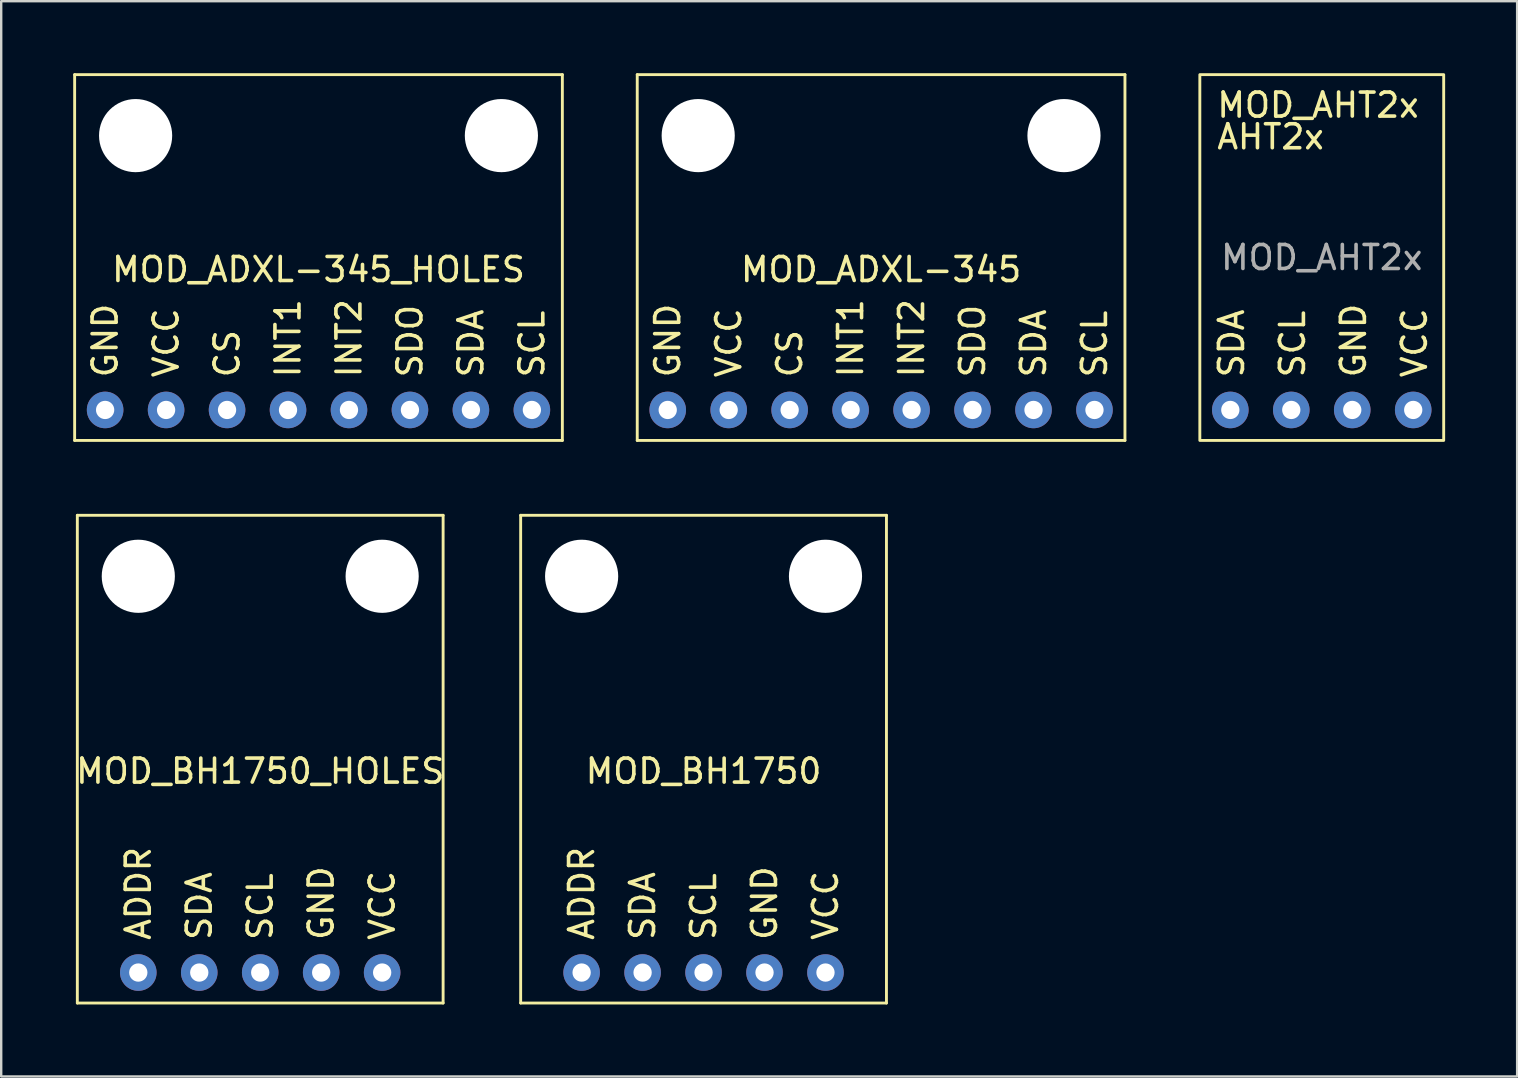
<source format=kicad_pcb>
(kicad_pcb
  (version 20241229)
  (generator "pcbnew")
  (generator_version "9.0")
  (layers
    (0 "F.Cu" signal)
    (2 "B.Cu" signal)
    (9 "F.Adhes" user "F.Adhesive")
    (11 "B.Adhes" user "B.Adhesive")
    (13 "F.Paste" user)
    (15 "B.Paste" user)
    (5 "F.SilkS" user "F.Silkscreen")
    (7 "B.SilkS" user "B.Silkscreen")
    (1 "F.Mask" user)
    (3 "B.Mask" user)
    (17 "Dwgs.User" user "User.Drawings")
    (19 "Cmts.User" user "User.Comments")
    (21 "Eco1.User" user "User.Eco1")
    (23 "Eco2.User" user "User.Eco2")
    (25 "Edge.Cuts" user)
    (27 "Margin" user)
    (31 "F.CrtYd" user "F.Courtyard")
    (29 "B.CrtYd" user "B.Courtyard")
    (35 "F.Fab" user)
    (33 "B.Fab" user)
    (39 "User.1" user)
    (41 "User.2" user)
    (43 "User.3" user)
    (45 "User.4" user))
  (footprint "MOD_ADXL-345"
    (layer "F.Cu")
    (at 33.66 7.68)
    (property "Reference" "MOD_ADXL-345" (at 0 0.5 0) (layer "F.SilkS") (effects (font (size 1 1) (thickness 0.15))))
    (attr through_hole)
    (fp_line (start -10.16 -7.62) (end 10.16 -7.62) (stroke (width 0.12) (type solid)) (layer "F.SilkS"))
    (fp_line (start -10.16 7.62) (end -10.16 -7.62) (stroke (width 0.12) (type solid)) (layer "F.SilkS"))
    (fp_line (start 10.16 -7.62) (end 10.16 7.62) (stroke (width 0.12) (type solid)) (layer "F.SilkS"))
    (fp_line (start 10.16 7.62) (end -10.16 7.62) (stroke (width 0.12) (type solid)) (layer "F.SilkS"))
    (fp_text user "SDO" (at 3.81 5.08 90) (layer "F.SilkS") (effects (font (size 1 1) (thickness 0.15)) (justify left)))
    (fp_text user "INT2" (at 1.27 5.08 90) (layer "F.SilkS") (effects (font (size 1 1) (thickness 0.15)) (justify left)))
    (fp_text user "CS" (at -3.81 5.08 90) (layer "F.SilkS") (effects (font (size 1 1) (thickness 0.15)) (justify left)))
    (fp_text user "SCL" (at 8.89 5.08 90) (layer "F.SilkS") (effects (font (size 1 1) (thickness 0.15)) (justify left)))
    (fp_text user "VCC" (at -6.35 5.08 90) (layer "F.SilkS") (effects (font (size 1 1) (thickness 0.15)) (justify left)))
    (fp_text user "GND" (at -8.89 5.08 90) (layer "F.SilkS") (effects (font (size 1 1) (thickness 0.15)) (justify left)))
    (fp_text user "SDA" (at 6.35 5.08 90) (layer "F.SilkS") (effects (font (size 1 1) (thickness 0.15)) (justify left)))
    (fp_text user "INT1" (at -1.27 5.08 90) (layer "F.SilkS") (effects (font (size 1 1) (thickness 0.15)) (justify left)))
    (pad "" np_thru_hole circle (at -7.62 -5.08) (size 3.048 3.048) (drill 3.048) (layers "*.Cu" "*.Mask"))
    (pad "" np_thru_hole circle (at 7.62 -5.08) (size 3.048 3.048) (drill 3.048) (layers "*.Cu" "*.Mask"))
    (pad "1" thru_hole circle (at -8.89 6.35) (size 1.524 1.524) (drill 0.762) (layers "*.Cu" "*.Mask"))
    (pad "2" thru_hole circle (at -6.35 6.35) (size 1.524 1.524) (drill 0.762) (layers "*.Cu" "*.Mask"))
    (pad "3" thru_hole circle (at -3.81 6.35) (size 1.524 1.524) (drill 0.762) (layers "*.Cu" "*.Mask"))
    (pad "4" thru_hole circle (at -1.27 6.35) (size 1.524 1.524) (drill 0.762) (layers "*.Cu" "*.Mask"))
    (pad "5" thru_hole circle (at 1.27 6.35) (size 1.524 1.524) (drill 0.762) (layers "*.Cu" "*.Mask"))
    (pad "6" thru_hole circle (at 3.81 6.35) (size 1.524 1.524) (drill 0.762) (layers "*.Cu" "*.Mask"))
    (pad "7" thru_hole circle (at 6.35 6.35) (size 1.524 1.524) (drill 0.762) (layers "*.Cu" "*.Mask"))
    (pad "8" thru_hole circle (at 8.89 6.35) (size 1.524 1.524) (drill 0.762) (layers "*.Cu" "*.Mask")))
  (footprint "MOD_AHT2x"
    (layer "F.Cu")
    (at 52.02 7.68)
    (property "Reference" "MOD_AHT2x" (at -4.445 -6.35 0) (unlocked yes) (layer "F.SilkS") (effects (font (size 1 1) (thickness 0.15)) (justify left)))
    (attr through_hole)
    (fp_rect (start -5.08 7.62) (end 5.08 -7.62) (stroke (width 0.12) (type default)) (fill no) (layer "F.SilkS"))
    (fp_text user "AHT2x" (at -4.445 -4.445 0) (unlocked yes) (layer "F.SilkS") (effects (font (size 1 1) (thickness 0.15)) (justify left bottom)))
    (fp_text user "GND" (at 1.905 5.08 90) (unlocked yes) (layer "F.SilkS") (effects (font (size 1 1) (thickness 0.15)) (justify left bottom)))
    (fp_text user "VCC" (at 4.445 5.08 90) (unlocked yes) (layer "F.SilkS") (effects (font (size 1 1) (thickness 0.15)) (justify left bottom)))
    (fp_text user "SCL" (at -0.635 5.08 90) (unlocked yes) (layer "F.SilkS") (effects (font (size 1 1) (thickness 0.15)) (justify left bottom)))
    (fp_text user "SDA" (at -3.175 5.08 90) (unlocked yes) (layer "F.SilkS") (effects (font (size 1 1) (thickness 0.15)) (justify left bottom)))
    (fp_text user "${REFERENCE}" (at 0 0 0) (unlocked yes) (layer "F.Fab") (effects (font (size 1 1) (thickness 0.15))))
    (pad "1" thru_hole circle (at -3.81 6.35) (size 1.524 1.524) (drill 0.762) (layers "*.Cu" "*.Mask"))
    (pad "2" thru_hole circle (at -1.27 6.35) (size 1.524 1.524) (drill 0.762) (layers "*.Cu" "*.Mask"))
    (pad "3" thru_hole circle (at 1.27 6.35) (size 1.524 1.524) (drill 0.762) (layers "*.Cu" "*.Mask"))
    (pad "4" thru_hole circle (at 3.81 6.35) (size 1.524 1.524) (drill 0.762) (layers "*.Cu" "*.Mask")))
  (footprint "MOD_BH1750_HOLES"
    (layer "F.Cu")
    (at 7.792 28.58)
    (property "Reference" "MOD_BH1750_HOLES" (at 0 0.5 0) (layer "F.SilkS") (effects (font (size 1 1) (thickness 0.15))))
    (attr through_hole)
    (fp_line (start -7.62 -10.16) (end -7.62 10.16) (stroke (width 0.12) (type solid)) (layer "F.SilkS"))
    (fp_line (start 7.62 -10.16) (end -7.62 -10.16) (stroke (width 0.12) (type solid)) (layer "F.SilkS"))
    (fp_line (start 7.62 -10.16) (end 7.62 10.16) (stroke (width 0.12) (type solid)) (layer "F.SilkS"))
    (fp_line (start 7.62 10.16) (end -7.62 10.16) (stroke (width 0.12) (type solid)) (layer "F.SilkS"))
    (fp_text user "SCL" (at 0 7.62 90) (layer "F.SilkS") (effects (font (size 1 1) (thickness 0.15)) (justify left)))
    (fp_text user "ADDR" (at -5.08 7.62 90) (layer "F.SilkS") (effects (font (size 1 1) (thickness 0.15)) (justify left)))
    (fp_text user "VCC" (at 5.08 7.62 90) (layer "F.SilkS") (effects (font (size 1 1) (thickness 0.15)) (justify left)))
    (fp_text user "SDA" (at -2.54 7.62 90) (layer "F.SilkS") (effects (font (size 1 1) (thickness 0.15)) (justify left)))
    (fp_text user "GND" (at 2.54 7.62 90) (layer "F.SilkS") (effects (font (size 1 1) (thickness 0.15)) (justify left)))
    (pad "" np_thru_hole circle (at -5.08 -7.62) (size 3.048 3.048) (drill 3.048) (layers "*.Cu" "*.Mask"))
    (pad "" np_thru_hole circle (at 5.08 -7.62) (size 3.048 3.048) (drill 3.048) (layers "*.Cu" "*.Mask"))
    (pad "1" thru_hole circle (at -5.08 8.89) (size 1.524 1.524) (drill 0.762) (layers "*.Cu" "*.Mask"))
    (pad "2" thru_hole circle (at -2.54 8.89) (size 1.524 1.524) (drill 0.762) (layers "*.Cu" "*.Mask"))
    (pad "3" thru_hole circle (at 0 8.89) (size 1.524 1.524) (drill 0.762) (layers "*.Cu" "*.Mask"))
    (pad "4" thru_hole circle (at 2.54 8.89) (size 1.524 1.524) (drill 0.762) (layers "*.Cu" "*.Mask"))
    (pad "5" thru_hole circle (at 5.08 8.89) (size 1.524 1.524) (drill 0.762) (layers "*.Cu" "*.Mask")))
  (footprint "MOD_BH1750"
    (layer "F.Cu")
    (at 26.263 28.58)
    (property "Reference" "MOD_BH1750" (at 0 0.5 0) (layer "F.SilkS") (effects (font (size 1 1) (thickness 0.15))))
    (attr through_hole)
    (fp_line (start -7.62 -10.16) (end -7.62 10.16) (stroke (width 0.12) (type solid)) (layer "F.SilkS"))
    (fp_line (start 7.62 -10.16) (end -7.62 -10.16) (stroke (width 0.12) (type solid)) (layer "F.SilkS"))
    (fp_line (start 7.62 -10.16) (end 7.62 10.16) (stroke (width 0.12) (type solid)) (layer "F.SilkS"))
    (fp_line (start 7.62 10.16) (end -7.62 10.16) (stroke (width 0.12) (type solid)) (layer "F.SilkS"))
    (fp_text user "SDA" (at -2.54 7.62 90) (layer "F.SilkS") (effects (font (size 1 1) (thickness 0.15)) (justify left)))
    (fp_text user "SCL" (at 0 7.62 90) (layer "F.SilkS") (effects (font (size 1 1) (thickness 0.15)) (justify left)))
    (fp_text user "VCC" (at 5.08 7.62 90) (layer "F.SilkS") (effects (font (size 1 1) (thickness 0.15)) (justify left)))
    (fp_text user "GND" (at 2.54 7.62 90) (layer "F.SilkS") (effects (font (size 1 1) (thickness 0.15)) (justify left)))
    (fp_text user "ADDR" (at -5.08 7.62 90) (layer "F.SilkS") (effects (font (size 1 1) (thickness 0.15)) (justify left)))
    (pad "" np_thru_hole circle (at -5.08 -7.62) (size 3.048 3.048) (drill 3.048) (layers "*.Cu" "*.Mask"))
    (pad "" np_thru_hole circle (at 5.08 -7.62) (size 3.048 3.048) (drill 3.048) (layers "*.Cu" "*.Mask"))
    (pad "1" thru_hole circle (at -5.08 8.89) (size 1.524 1.524) (drill 0.762) (layers "*.Cu" "*.Mask"))
    (pad "2" thru_hole circle (at -2.54 8.89) (size 1.524 1.524) (drill 0.762) (layers "*.Cu" "*.Mask"))
    (pad "3" thru_hole circle (at 0 8.89) (size 1.524 1.524) (drill 0.762) (layers "*.Cu" "*.Mask"))
    (pad "4" thru_hole circle (at 2.54 8.89) (size 1.524 1.524) (drill 0.762) (layers "*.Cu" "*.Mask"))
    (pad "5" thru_hole circle (at 5.08 8.89) (size 1.524 1.524) (drill 0.762) (layers "*.Cu" "*.Mask")))
  (footprint "MOD_ADXL-345_HOLES"
    (layer "F.Cu")
    (at 10.22 7.68)
    (property "Reference" "MOD_ADXL-345_HOLES" (at 0 0.5 0) (layer "F.SilkS") (effects (font (size 1 1) (thickness 0.15))))
    (attr through_hole)
    (fp_line (start -10.16 -7.62) (end 10.16 -7.62) (stroke (width 0.12) (type solid)) (layer "F.SilkS"))
    (fp_line (start -10.16 7.62) (end -10.16 -7.62) (stroke (width 0.12) (type solid)) (layer "F.SilkS"))
    (fp_line (start 10.16 -7.62) (end 10.16 7.62) (stroke (width 0.12) (type solid)) (layer "F.SilkS"))
    (fp_line (start 10.16 7.62) (end -10.16 7.62) (stroke (width 0.12) (type solid)) (layer "F.SilkS"))
    (fp_text user "VCC" (at -6.35 5.08 90) (layer "F.SilkS") (effects (font (size 1 1) (thickness 0.15)) (justify left)))
    (fp_text user "SDO" (at 3.81 5.08 90) (layer "F.SilkS") (effects (font (size 1 1) (thickness 0.15)) (justify left)))
    (fp_text user "INT1" (at -1.27 5.08 90) (layer "F.SilkS") (effects (font (size 1 1) (thickness 0.15)) (justify left)))
    (fp_text user "CS" (at -3.81 5.08 90) (layer "F.SilkS") (effects (font (size 1 1) (thickness 0.15)) (justify left)))
    (fp_text user "SCL" (at 8.89 5.08 90) (layer "F.SilkS") (effects (font (size 1 1) (thickness 0.15)) (justify left)))
    (fp_text user "INT2" (at 1.27 5.08 90) (layer "F.SilkS") (effects (font (size 1 1) (thickness 0.15)) (justify left)))
    (fp_text user "GND" (at -8.89 5.08 90) (layer "F.SilkS") (effects (font (size 1 1) (thickness 0.15)) (justify left)))
    (fp_text user "SDA" (at 6.35 5.08 90) (layer "F.SilkS") (effects (font (size 1 1) (thickness 0.15)) (justify left)))
    (pad "" np_thru_hole circle (at -7.62 -5.08) (size 3.048 3.048) (drill 3.048) (layers "*.Cu" "*.Mask"))
    (pad "" np_thru_hole circle (at 7.62 -5.08) (size 3.048 3.048) (drill 3.048) (layers "*.Cu" "*.Mask"))
    (pad "1" thru_hole circle (at -8.89 6.35) (size 1.524 1.524) (drill 0.762) (layers "*.Cu" "*.Mask"))
    (pad "2" thru_hole circle (at -6.35 6.35) (size 1.524 1.524) (drill 0.762) (layers "*.Cu" "*.Mask"))
    (pad "3" thru_hole circle (at -3.81 6.35) (size 1.524 1.524) (drill 0.762) (layers "*.Cu" "*.Mask"))
    (pad "4" thru_hole circle (at -1.27 6.35) (size 1.524 1.524) (drill 0.762) (layers "*.Cu" "*.Mask"))
    (pad "5" thru_hole circle (at 1.27 6.35) (size 1.524 1.524) (drill 0.762) (layers "*.Cu" "*.Mask"))
    (pad "6" thru_hole circle (at 3.81 6.35) (size 1.524 1.524) (drill 0.762) (layers "*.Cu" "*.Mask"))
    (pad "7" thru_hole circle (at 6.35 6.35) (size 1.524 1.524) (drill 0.762) (layers "*.Cu" "*.Mask"))
    (pad "8" thru_hole circle (at 8.89 6.35) (size 1.524 1.524) (drill 0.762) (layers "*.Cu" "*.Mask")))
  (gr_rect
    (start -3 -3)
    (end 60.16 41.8)
    (stroke (width 0.1) (type default))
    (fill no)
    (layer "Edge.Cuts")))
</source>
